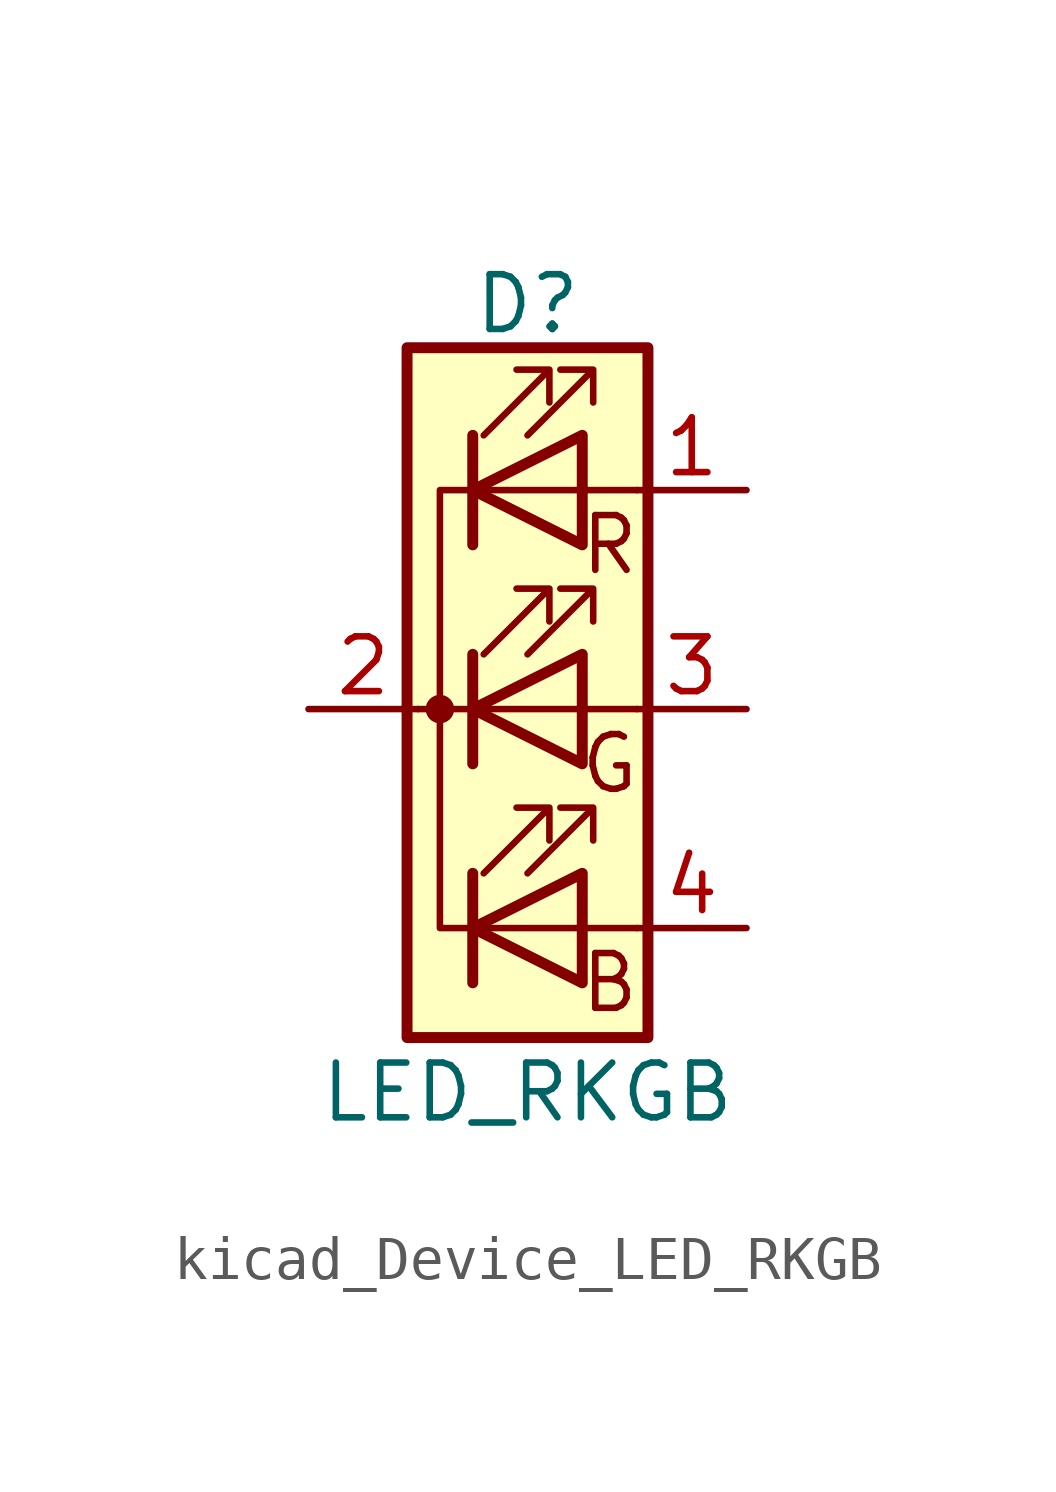
<source format=kicad_sym>
(kicad_symbol_lib
  (version 20220914)
  (generator kicad_symbol_editor)
  (symbol "kicad_Device_LED_RKGB"
    (pin_names
      (offset 0) hide)
    (property "Reference" "D"
      (at 0 9.398 0)
      (effects (font (size 1.27 1.27))))
    (property "Value" "LED_RKGB"
      (at 0 -8.89 0)
      (effects (font (size 1.27 1.27))))
    (symbol "kicad_Device_LED_RKGB_0_0"
      (text "B" (at 1.905 -6.35 0) (effects (font (size 1.27 1.27))))
      (text "G" (at 1.905 -1.27 0) (effects (font (size 1.27 1.27))))
      (text "R" (at 1.905 3.81 0) (effects (font (size 1.27 1.27)))))
    (symbol "kicad_Device_LED_RKGB_0_1"
      (circle (center -2.032 0) (radius 0.254) (stroke (width 0) (type default)) (fill (type outline)))
      (polyline (pts (xy -1.27 -5.08) (xy 1.27 -5.08)) (stroke (width 0) (type default)) (fill (type none)))
      (polyline (pts (xy -1.27 -3.81) (xy -1.27 -6.35)) (stroke (width 0.254) (type default)) (fill (type none)))
      (polyline (pts (xy -1.27 0) (xy -2.54 0)) (stroke (width 0) (type default)) (fill (type none)))
      (polyline (pts (xy -1.27 1.27) (xy -1.27 -1.27)) (stroke (width 0.254) (type default)) (fill (type none)))
      (polyline (pts (xy -1.27 5.08) (xy 1.27 5.08)) (stroke (width 0) (type default)) (fill (type none)))
      (polyline (pts (xy -1.27 6.35) (xy -1.27 3.81)) (stroke (width 0.254) (type default)) (fill (type none)))
      (polyline (pts (xy 1.27 -5.08) (xy 2.54 -5.08)) (stroke (width 0) (type default)) (fill (type none)))
      (polyline (pts (xy 1.27 0) (xy -1.27 0)) (stroke (width 0) (type default)) (fill (type none)))
      (polyline (pts (xy 1.27 0) (xy 2.54 0)) (stroke (width 0) (type default)) (fill (type none)))
      (polyline (pts (xy 1.27 5.08) (xy 2.54 5.08)) (stroke (width 0) (type default)) (fill (type none)))
      (polyline (pts (xy -1.27 1.27) (xy -1.27 -1.27) (xy -1.27 -1.27)) (stroke (width 0) (type default)) (fill (type none)))
      (polyline (pts (xy -1.27 6.35) (xy -1.27 3.81) (xy -1.27 3.81)) (stroke (width 0) (type default)) (fill (type none)))
      (polyline (pts (xy -1.27 5.08) (xy -2.032 5.08) (xy -2.032 -5.08) (xy -1.016 -5.08)) (stroke (width 0) (type default)) (fill (type none)))
      (polyline (pts (xy 1.27 -3.81) (xy 1.27 -6.35) (xy -1.27 -5.08) (xy 1.27 -3.81)) (stroke (width 0.254) (type default)) (fill (type none)))
      (polyline (pts (xy 1.27 1.27) (xy 1.27 -1.27) (xy -1.27 0) (xy 1.27 1.27)) (stroke (width 0.254) (type default)) (fill (type none)))
      (polyline (pts (xy 1.27 6.35) (xy 1.27 3.81) (xy -1.27 5.08) (xy 1.27 6.35)) (stroke (width 0.254) (type default)) (fill (type none)))
      (polyline (pts (xy -1.016 -3.81) (xy 0.508 -2.286) (xy -0.254 -2.286) (xy 0.508 -2.286) (xy 0.508 -3.048)) (stroke (width 0) (type default)) (fill (type none)))
      (polyline (pts (xy -1.016 1.27) (xy 0.508 2.794) (xy -0.254 2.794) (xy 0.508 2.794) (xy 0.508 2.032)) (stroke (width 0) (type default)) (fill (type none)))
      (polyline (pts (xy -1.016 6.35) (xy 0.508 7.874) (xy -0.254 7.874) (xy 0.508 7.874) (xy 0.508 7.112)) (stroke (width 0) (type default)) (fill (type none)))
      (polyline (pts (xy 0 -3.81) (xy 1.524 -2.286) (xy 0.762 -2.286) (xy 1.524 -2.286) (xy 1.524 -3.048)) (stroke (width 0) (type default)) (fill (type none)))
      (polyline (pts (xy 0 1.27) (xy 1.524 2.794) (xy 0.762 2.794) (xy 1.524 2.794) (xy 1.524 2.032)) (stroke (width 0) (type default)) (fill (type none)))
      (polyline (pts (xy 0 6.35) (xy 1.524 7.874) (xy 0.762 7.874) (xy 1.524 7.874) (xy 1.524 7.112)) (stroke (width 0) (type default)) (fill (type none)))
      (rectangle (start 1.27 -1.27) (end 1.27 1.27) (stroke (width 0) (type default)) (fill (type none)))
      (rectangle (start 1.27 1.27) (end 1.27 1.27) (stroke (width 0) (type default)) (fill (type none)))
      (rectangle (start 1.27 3.81) (end 1.27 6.35) (stroke (width 0) (type default)) (fill (type none)))
      (rectangle (start 1.27 6.35) (end 1.27 6.35) (stroke (width 0) (type default)) (fill (type none)))
      (rectangle (start 2.794 8.382) (end -2.794 -7.62) (stroke (width 0.254) (type default)) (fill (type background))))
    (symbol "kicad_Device_LED_RKGB_1_1"
      (pin passive line (at 5.08 5.08 180) (length 2.54) (name "RA" (effects (font (size 1.27 1.27)))) (number "1" (effects (font (size 1.27 1.27)))))
      (pin passive line (at -5.08 0 0) (length 2.54) (name "K" (effects (font (size 1.27 1.27)))) (number "2" (effects (font (size 1.27 1.27)))))
      (pin passive line (at 5.08 0 180) (length 2.54) (name "GA" (effects (font (size 1.27 1.27)))) (number "3" (effects (font (size 1.27 1.27)))))
      (pin passive line (at 5.08 -5.08 180) (length 2.54) (name "BA" (effects (font (size 1.27 1.27)))) (number "4" (effects (font (size 1.27 1.27))))))))
</source>
